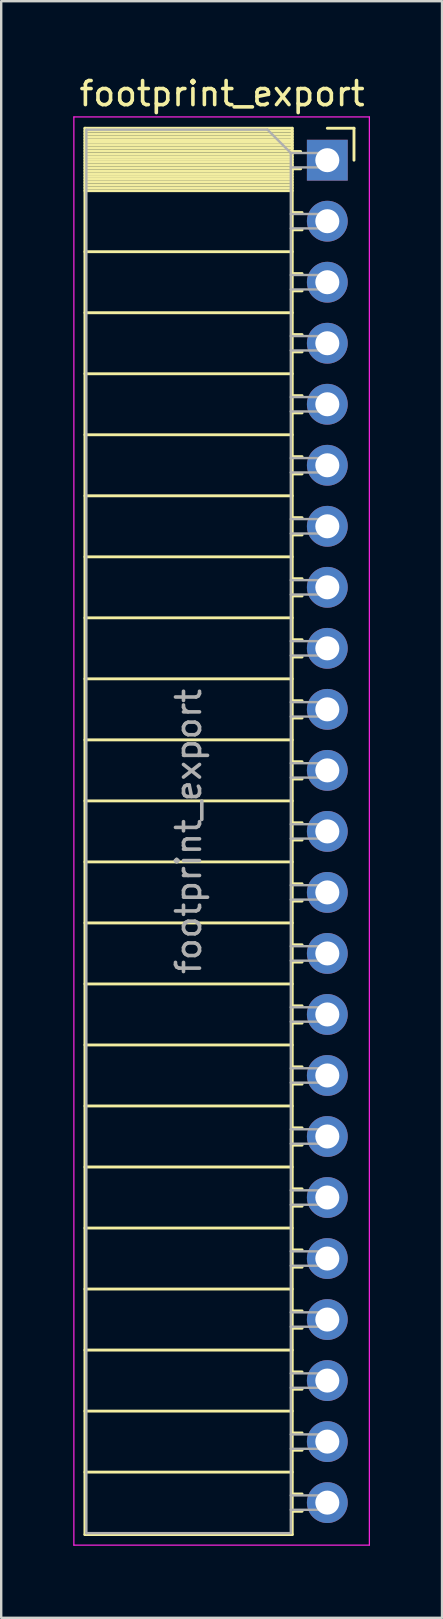
<source format=kicad_pcb>
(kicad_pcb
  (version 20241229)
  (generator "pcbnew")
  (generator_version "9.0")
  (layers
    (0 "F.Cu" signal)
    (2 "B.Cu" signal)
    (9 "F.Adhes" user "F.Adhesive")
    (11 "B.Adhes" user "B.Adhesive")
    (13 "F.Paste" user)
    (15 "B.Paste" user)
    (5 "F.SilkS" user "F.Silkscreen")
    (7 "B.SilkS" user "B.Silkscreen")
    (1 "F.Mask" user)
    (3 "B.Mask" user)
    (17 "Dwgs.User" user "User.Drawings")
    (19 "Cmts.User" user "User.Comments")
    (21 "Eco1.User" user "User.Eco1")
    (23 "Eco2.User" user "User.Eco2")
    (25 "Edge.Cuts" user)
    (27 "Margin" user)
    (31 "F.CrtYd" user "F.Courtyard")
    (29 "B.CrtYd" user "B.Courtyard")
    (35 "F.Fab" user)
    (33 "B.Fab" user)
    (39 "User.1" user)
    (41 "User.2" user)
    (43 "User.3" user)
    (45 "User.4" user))
  (footprint "footprint_export"
    (layer "F.Cu")
    (at 10.575 3.618)
    (property "Reference" "footprint_export" (at -4.38 -2.77 0) (layer "F.SilkS") (effects (font (size 1 1) (thickness 0.15))))
    (attr through_hole)
    (fp_line (start -10.09 -1.33) (end -10.09 57.21) (stroke (width 0.12) (type solid)) (layer "F.SilkS"))
    (fp_line (start -10.09 -1.33) (end -1.46 -1.33) (stroke (width 0.12) (type solid)) (layer "F.SilkS"))
    (fp_line (start -10.09 -1.21) (end -1.46 -1.21) (stroke (width 0.12) (type solid)) (layer "F.SilkS"))
    (fp_line (start -10.09 -1.092) (end -1.46 -1.092) (stroke (width 0.12) (type solid)) (layer "F.SilkS"))
    (fp_line (start -10.09 -0.974) (end -1.46 -0.974) (stroke (width 0.12) (type solid)) (layer "F.SilkS"))
    (fp_line (start -10.09 -0.856) (end -1.46 -0.856) (stroke (width 0.12) (type solid)) (layer "F.SilkS"))
    (fp_line (start -10.09 -0.738) (end -1.46 -0.738) (stroke (width 0.12) (type solid)) (layer "F.SilkS"))
    (fp_line (start -10.09 -0.62) (end -1.46 -0.62) (stroke (width 0.12) (type solid)) (layer "F.SilkS"))
    (fp_line (start -10.09 -0.501) (end -1.46 -0.501) (stroke (width 0.12) (type solid)) (layer "F.SilkS"))
    (fp_line (start -10.09 -0.383) (end -1.46 -0.383) (stroke (width 0.12) (type solid)) (layer "F.SilkS"))
    (fp_line (start -10.09 -0.265) (end -1.46 -0.265) (stroke (width 0.12) (type solid)) (layer "F.SilkS"))
    (fp_line (start -10.09 -0.147) (end -1.46 -0.147) (stroke (width 0.12) (type solid)) (layer "F.SilkS"))
    (fp_line (start -10.09 -0.029) (end -1.46 -0.029) (stroke (width 0.12) (type solid)) (layer "F.SilkS"))
    (fp_line (start -10.09 0.089) (end -1.46 0.089) (stroke (width 0.12) (type solid)) (layer "F.SilkS"))
    (fp_line (start -10.09 0.207) (end -1.46 0.207) (stroke (width 0.12) (type solid)) (layer "F.SilkS"))
    (fp_line (start -10.09 0.325) (end -1.46 0.325) (stroke (width 0.12) (type solid)) (layer "F.SilkS"))
    (fp_line (start -10.09 0.443) (end -1.46 0.443) (stroke (width 0.12) (type solid)) (layer "F.SilkS"))
    (fp_line (start -10.09 0.561) (end -1.46 0.561) (stroke (width 0.12) (type solid)) (layer "F.SilkS"))
    (fp_line (start -10.09 0.68) (end -1.46 0.68) (stroke (width 0.12) (type solid)) (layer "F.SilkS"))
    (fp_line (start -10.09 0.798) (end -1.46 0.798) (stroke (width 0.12) (type solid)) (layer "F.SilkS"))
    (fp_line (start -10.09 0.916) (end -1.46 0.916) (stroke (width 0.12) (type solid)) (layer "F.SilkS"))
    (fp_line (start -10.09 1.034) (end -1.46 1.034) (stroke (width 0.12) (type solid)) (layer "F.SilkS"))
    (fp_line (start -10.09 1.152) (end -1.46 1.152) (stroke (width 0.12) (type solid)) (layer "F.SilkS"))
    (fp_line (start -10.09 1.27) (end -1.46 1.27) (stroke (width 0.12) (type solid)) (layer "F.SilkS"))
    (fp_line (start -10.09 3.81) (end -1.46 3.81) (stroke (width 0.12) (type solid)) (layer "F.SilkS"))
    (fp_line (start -10.09 6.35) (end -1.46 6.35) (stroke (width 0.12) (type solid)) (layer "F.SilkS"))
    (fp_line (start -10.09 8.89) (end -1.46 8.89) (stroke (width 0.12) (type solid)) (layer "F.SilkS"))
    (fp_line (start -10.09 11.43) (end -1.46 11.43) (stroke (width 0.12) (type solid)) (layer "F.SilkS"))
    (fp_line (start -10.09 13.97) (end -1.46 13.97) (stroke (width 0.12) (type solid)) (layer "F.SilkS"))
    (fp_line (start -10.09 16.51) (end -1.46 16.51) (stroke (width 0.12) (type solid)) (layer "F.SilkS"))
    (fp_line (start -10.09 19.05) (end -1.46 19.05) (stroke (width 0.12) (type solid)) (layer "F.SilkS"))
    (fp_line (start -10.09 21.59) (end -1.46 21.59) (stroke (width 0.12) (type solid)) (layer "F.SilkS"))
    (fp_line (start -10.09 24.13) (end -1.46 24.13) (stroke (width 0.12) (type solid)) (layer "F.SilkS"))
    (fp_line (start -10.09 26.67) (end -1.46 26.67) (stroke (width 0.12) (type solid)) (layer "F.SilkS"))
    (fp_line (start -10.09 29.21) (end -1.46 29.21) (stroke (width 0.12) (type solid)) (layer "F.SilkS"))
    (fp_line (start -10.09 31.75) (end -1.46 31.75) (stroke (width 0.12) (type solid)) (layer "F.SilkS"))
    (fp_line (start -10.09 34.29) (end -1.46 34.29) (stroke (width 0.12) (type solid)) (layer "F.SilkS"))
    (fp_line (start -10.09 36.83) (end -1.46 36.83) (stroke (width 0.12) (type solid)) (layer "F.SilkS"))
    (fp_line (start -10.09 39.37) (end -1.46 39.37) (stroke (width 0.12) (type solid)) (layer "F.SilkS"))
    (fp_line (start -10.09 41.91) (end -1.46 41.91) (stroke (width 0.12) (type solid)) (layer "F.SilkS"))
    (fp_line (start -10.09 44.45) (end -1.46 44.45) (stroke (width 0.12) (type solid)) (layer "F.SilkS"))
    (fp_line (start -10.09 46.99) (end -1.46 46.99) (stroke (width 0.12) (type solid)) (layer "F.SilkS"))
    (fp_line (start -10.09 49.53) (end -1.46 49.53) (stroke (width 0.12) (type solid)) (layer "F.SilkS"))
    (fp_line (start -10.09 52.07) (end -1.46 52.07) (stroke (width 0.12) (type solid)) (layer "F.SilkS"))
    (fp_line (start -10.09 54.61) (end -1.46 54.61) (stroke (width 0.12) (type solid)) (layer "F.SilkS"))
    (fp_line (start -10.09 57.21) (end -1.46 57.21) (stroke (width 0.12) (type solid)) (layer "F.SilkS"))
    (fp_line (start -1.46 -1.33) (end -1.46 57.21) (stroke (width 0.12) (type solid)) (layer "F.SilkS"))
    (fp_line (start -1.46 -0.36) (end -1.11 -0.36) (stroke (width 0.12) (type solid)) (layer "F.SilkS"))
    (fp_line (start -1.46 0.36) (end -1.11 0.36) (stroke (width 0.12) (type solid)) (layer "F.SilkS"))
    (fp_line (start -1.46 2.18) (end -1.05 2.18) (stroke (width 0.12) (type solid)) (layer "F.SilkS"))
    (fp_line (start -1.46 2.9) (end -1.05 2.9) (stroke (width 0.12) (type solid)) (layer "F.SilkS"))
    (fp_line (start -1.46 4.72) (end -1.05 4.72) (stroke (width 0.12) (type solid)) (layer "F.SilkS"))
    (fp_line (start -1.46 5.44) (end -1.05 5.44) (stroke (width 0.12) (type solid)) (layer "F.SilkS"))
    (fp_line (start -1.46 7.26) (end -1.05 7.26) (stroke (width 0.12) (type solid)) (layer "F.SilkS"))
    (fp_line (start -1.46 7.98) (end -1.05 7.98) (stroke (width 0.12) (type solid)) (layer "F.SilkS"))
    (fp_line (start -1.46 9.8) (end -1.05 9.8) (stroke (width 0.12) (type solid)) (layer "F.SilkS"))
    (fp_line (start -1.46 10.52) (end -1.05 10.52) (stroke (width 0.12) (type solid)) (layer "F.SilkS"))
    (fp_line (start -1.46 12.34) (end -1.05 12.34) (stroke (width 0.12) (type solid)) (layer "F.SilkS"))
    (fp_line (start -1.46 13.06) (end -1.05 13.06) (stroke (width 0.12) (type solid)) (layer "F.SilkS"))
    (fp_line (start -1.46 14.88) (end -1.05 14.88) (stroke (width 0.12) (type solid)) (layer "F.SilkS"))
    (fp_line (start -1.46 15.6) (end -1.05 15.6) (stroke (width 0.12) (type solid)) (layer "F.SilkS"))
    (fp_line (start -1.46 17.42) (end -1.05 17.42) (stroke (width 0.12) (type solid)) (layer "F.SilkS"))
    (fp_line (start -1.46 18.14) (end -1.05 18.14) (stroke (width 0.12) (type solid)) (layer "F.SilkS"))
    (fp_line (start -1.46 19.96) (end -1.05 19.96) (stroke (width 0.12) (type solid)) (layer "F.SilkS"))
    (fp_line (start -1.46 20.68) (end -1.05 20.68) (stroke (width 0.12) (type solid)) (layer "F.SilkS"))
    (fp_line (start -1.46 22.5) (end -1.05 22.5) (stroke (width 0.12) (type solid)) (layer "F.SilkS"))
    (fp_line (start -1.46 23.22) (end -1.05 23.22) (stroke (width 0.12) (type solid)) (layer "F.SilkS"))
    (fp_line (start -1.46 25.04) (end -1.05 25.04) (stroke (width 0.12) (type solid)) (layer "F.SilkS"))
    (fp_line (start -1.46 25.76) (end -1.05 25.76) (stroke (width 0.12) (type solid)) (layer "F.SilkS"))
    (fp_line (start -1.46 27.58) (end -1.05 27.58) (stroke (width 0.12) (type solid)) (layer "F.SilkS"))
    (fp_line (start -1.46 28.3) (end -1.05 28.3) (stroke (width 0.12) (type solid)) (layer "F.SilkS"))
    (fp_line (start -1.46 30.12) (end -1.05 30.12) (stroke (width 0.12) (type solid)) (layer "F.SilkS"))
    (fp_line (start -1.46 30.84) (end -1.05 30.84) (stroke (width 0.12) (type solid)) (layer "F.SilkS"))
    (fp_line (start -1.46 32.66) (end -1.05 32.66) (stroke (width 0.12) (type solid)) (layer "F.SilkS"))
    (fp_line (start -1.46 33.38) (end -1.05 33.38) (stroke (width 0.12) (type solid)) (layer "F.SilkS"))
    (fp_line (start -1.46 35.2) (end -1.05 35.2) (stroke (width 0.12) (type solid)) (layer "F.SilkS"))
    (fp_line (start -1.46 35.92) (end -1.05 35.92) (stroke (width 0.12) (type solid)) (layer "F.SilkS"))
    (fp_line (start -1.46 37.74) (end -1.05 37.74) (stroke (width 0.12) (type solid)) (layer "F.SilkS"))
    (fp_line (start -1.46 38.46) (end -1.05 38.46) (stroke (width 0.12) (type solid)) (layer "F.SilkS"))
    (fp_line (start -1.46 40.28) (end -1.05 40.28) (stroke (width 0.12) (type solid)) (layer "F.SilkS"))
    (fp_line (start -1.46 41) (end -1.05 41) (stroke (width 0.12) (type solid)) (layer "F.SilkS"))
    (fp_line (start -1.46 42.82) (end -1.05 42.82) (stroke (width 0.12) (type solid)) (layer "F.SilkS"))
    (fp_line (start -1.46 43.54) (end -1.05 43.54) (stroke (width 0.12) (type solid)) (layer "F.SilkS"))
    (fp_line (start -1.46 45.36) (end -1.05 45.36) (stroke (width 0.12) (type solid)) (layer "F.SilkS"))
    (fp_line (start -1.46 46.08) (end -1.05 46.08) (stroke (width 0.12) (type solid)) (layer "F.SilkS"))
    (fp_line (start -1.46 47.9) (end -1.05 47.9) (stroke (width 0.12) (type solid)) (layer "F.SilkS"))
    (fp_line (start -1.46 48.62) (end -1.05 48.62) (stroke (width 0.12) (type solid)) (layer "F.SilkS"))
    (fp_line (start -1.46 50.44) (end -1.05 50.44) (stroke (width 0.12) (type solid)) (layer "F.SilkS"))
    (fp_line (start -1.46 51.16) (end -1.05 51.16) (stroke (width 0.12) (type solid)) (layer "F.SilkS"))
    (fp_line (start -1.46 52.98) (end -1.05 52.98) (stroke (width 0.12) (type solid)) (layer "F.SilkS"))
    (fp_line (start -1.46 53.7) (end -1.05 53.7) (stroke (width 0.12) (type solid)) (layer "F.SilkS"))
    (fp_line (start -1.46 55.52) (end -1.05 55.52) (stroke (width 0.12) (type solid)) (layer "F.SilkS"))
    (fp_line (start -1.46 56.24) (end -1.05 56.24) (stroke (width 0.12) (type solid)) (layer "F.SilkS"))
    (fp_line (start 0 -1.33) (end 1.11 -1.33) (stroke (width 0.12) (type solid)) (layer "F.SilkS"))
    (fp_line (start 1.11 -1.33) (end 1.11 0) (stroke (width 0.12) (type solid)) (layer "F.SilkS"))
    (fp_line (start -10.55 -1.8) (end -10.55 57.65) (stroke (width 0.05) (type solid)) (layer "F.CrtYd"))
    (fp_line (start -10.55 57.65) (end 1.75 57.65) (stroke (width 0.05) (type solid)) (layer "F.CrtYd"))
    (fp_line (start 1.75 -1.8) (end -10.55 -1.8) (stroke (width 0.05) (type solid)) (layer "F.CrtYd"))
    (fp_line (start 1.75 57.65) (end 1.75 -1.8) (stroke (width 0.05) (type solid)) (layer "F.CrtYd"))
    (fp_line (start -10.03 -1.27) (end -2.49 -1.27) (stroke (width 0.1) (type solid)) (layer "F.Fab"))
    (fp_line (start -10.03 57.15) (end -10.03 -1.27) (stroke (width 0.1) (type solid)) (layer "F.Fab"))
    (fp_line (start -2.49 -1.27) (end -1.52 -0.3) (stroke (width 0.1) (type solid)) (layer "F.Fab"))
    (fp_line (start -1.52 -0.3) (end -1.52 57.15) (stroke (width 0.1) (type solid)) (layer "F.Fab"))
    (fp_line (start -1.52 0.3) (end 0 0.3) (stroke (width 0.1) (type solid)) (layer "F.Fab"))
    (fp_line (start -1.52 2.84) (end 0 2.84) (stroke (width 0.1) (type solid)) (layer "F.Fab"))
    (fp_line (start -1.52 5.38) (end 0 5.38) (stroke (width 0.1) (type solid)) (layer "F.Fab"))
    (fp_line (start -1.52 7.92) (end 0 7.92) (stroke (width 0.1) (type solid)) (layer "F.Fab"))
    (fp_line (start -1.52 10.46) (end 0 10.46) (stroke (width 0.1) (type solid)) (layer "F.Fab"))
    (fp_line (start -1.52 13) (end 0 13) (stroke (width 0.1) (type solid)) (layer "F.Fab"))
    (fp_line (start -1.52 15.54) (end 0 15.54) (stroke (width 0.1) (type solid)) (layer "F.Fab"))
    (fp_line (start -1.52 18.08) (end 0 18.08) (stroke (width 0.1) (type solid)) (layer "F.Fab"))
    (fp_line (start -1.52 20.62) (end 0 20.62) (stroke (width 0.1) (type solid)) (layer "F.Fab"))
    (fp_line (start -1.52 23.16) (end 0 23.16) (stroke (width 0.1) (type solid)) (layer "F.Fab"))
    (fp_line (start -1.52 25.7) (end 0 25.7) (stroke (width 0.1) (type solid)) (layer "F.Fab"))
    (fp_line (start -1.52 28.24) (end 0 28.24) (stroke (width 0.1) (type solid)) (layer "F.Fab"))
    (fp_line (start -1.52 30.78) (end 0 30.78) (stroke (width 0.1) (type solid)) (layer "F.Fab"))
    (fp_line (start -1.52 33.32) (end 0 33.32) (stroke (width 0.1) (type solid)) (layer "F.Fab"))
    (fp_line (start -1.52 35.86) (end 0 35.86) (stroke (width 0.1) (type solid)) (layer "F.Fab"))
    (fp_line (start -1.52 38.4) (end 0 38.4) (stroke (width 0.1) (type solid)) (layer "F.Fab"))
    (fp_line (start -1.52 40.94) (end 0 40.94) (stroke (width 0.1) (type solid)) (layer "F.Fab"))
    (fp_line (start -1.52 43.48) (end 0 43.48) (stroke (width 0.1) (type solid)) (layer "F.Fab"))
    (fp_line (start -1.52 46.02) (end 0 46.02) (stroke (width 0.1) (type solid)) (layer "F.Fab"))
    (fp_line (start -1.52 48.56) (end 0 48.56) (stroke (width 0.1) (type solid)) (layer "F.Fab"))
    (fp_line (start -1.52 51.1) (end 0 51.1) (stroke (width 0.1) (type solid)) (layer "F.Fab"))
    (fp_line (start -1.52 53.64) (end 0 53.64) (stroke (width 0.1) (type solid)) (layer "F.Fab"))
    (fp_line (start -1.52 56.18) (end 0 56.18) (stroke (width 0.1) (type solid)) (layer "F.Fab"))
    (fp_line (start -1.52 57.15) (end -10.03 57.15) (stroke (width 0.1) (type solid)) (layer "F.Fab"))
    (fp_line (start 0 -0.3) (end -1.52 -0.3) (stroke (width 0.1) (type solid)) (layer "F.Fab"))
    (fp_line (start 0 0.3) (end 0 -0.3) (stroke (width 0.1) (type solid)) (layer "F.Fab"))
    (fp_line (start 0 2.24) (end -1.52 2.24) (stroke (width 0.1) (type solid)) (layer "F.Fab"))
    (fp_line (start 0 2.84) (end 0 2.24) (stroke (width 0.1) (type solid)) (layer "F.Fab"))
    (fp_line (start 0 4.78) (end -1.52 4.78) (stroke (width 0.1) (type solid)) (layer "F.Fab"))
    (fp_line (start 0 5.38) (end 0 4.78) (stroke (width 0.1) (type solid)) (layer "F.Fab"))
    (fp_line (start 0 7.32) (end -1.52 7.32) (stroke (width 0.1) (type solid)) (layer "F.Fab"))
    (fp_line (start 0 7.92) (end 0 7.32) (stroke (width 0.1) (type solid)) (layer "F.Fab"))
    (fp_line (start 0 9.86) (end -1.52 9.86) (stroke (width 0.1) (type solid)) (layer "F.Fab"))
    (fp_line (start 0 10.46) (end 0 9.86) (stroke (width 0.1) (type solid)) (layer "F.Fab"))
    (fp_line (start 0 12.4) (end -1.52 12.4) (stroke (width 0.1) (type solid)) (layer "F.Fab"))
    (fp_line (start 0 13) (end 0 12.4) (stroke (width 0.1) (type solid)) (layer "F.Fab"))
    (fp_line (start 0 14.94) (end -1.52 14.94) (stroke (width 0.1) (type solid)) (layer "F.Fab"))
    (fp_line (start 0 15.54) (end 0 14.94) (stroke (width 0.1) (type solid)) (layer "F.Fab"))
    (fp_line (start 0 17.48) (end -1.52 17.48) (stroke (width 0.1) (type solid)) (layer "F.Fab"))
    (fp_line (start 0 18.08) (end 0 17.48) (stroke (width 0.1) (type solid)) (layer "F.Fab"))
    (fp_line (start 0 20.02) (end -1.52 20.02) (stroke (width 0.1) (type solid)) (layer "F.Fab"))
    (fp_line (start 0 20.62) (end 0 20.02) (stroke (width 0.1) (type solid)) (layer "F.Fab"))
    (fp_line (start 0 22.56) (end -1.52 22.56) (stroke (width 0.1) (type solid)) (layer "F.Fab"))
    (fp_line (start 0 23.16) (end 0 22.56) (stroke (width 0.1) (type solid)) (layer "F.Fab"))
    (fp_line (start 0 25.1) (end -1.52 25.1) (stroke (width 0.1) (type solid)) (layer "F.Fab"))
    (fp_line (start 0 25.7) (end 0 25.1) (stroke (width 0.1) (type solid)) (layer "F.Fab"))
    (fp_line (start 0 27.64) (end -1.52 27.64) (stroke (width 0.1) (type solid)) (layer "F.Fab"))
    (fp_line (start 0 28.24) (end 0 27.64) (stroke (width 0.1) (type solid)) (layer "F.Fab"))
    (fp_line (start 0 30.18) (end -1.52 30.18) (stroke (width 0.1) (type solid)) (layer "F.Fab"))
    (fp_line (start 0 30.78) (end 0 30.18) (stroke (width 0.1) (type solid)) (layer "F.Fab"))
    (fp_line (start 0 32.72) (end -1.52 32.72) (stroke (width 0.1) (type solid)) (layer "F.Fab"))
    (fp_line (start 0 33.32) (end 0 32.72) (stroke (width 0.1) (type solid)) (layer "F.Fab"))
    (fp_line (start 0 35.26) (end -1.52 35.26) (stroke (width 0.1) (type solid)) (layer "F.Fab"))
    (fp_line (start 0 35.86) (end 0 35.26) (stroke (width 0.1) (type solid)) (layer "F.Fab"))
    (fp_line (start 0 37.8) (end -1.52 37.8) (stroke (width 0.1) (type solid)) (layer "F.Fab"))
    (fp_line (start 0 38.4) (end 0 37.8) (stroke (width 0.1) (type solid)) (layer "F.Fab"))
    (fp_line (start 0 40.34) (end -1.52 40.34) (stroke (width 0.1) (type solid)) (layer "F.Fab"))
    (fp_line (start 0 40.94) (end 0 40.34) (stroke (width 0.1) (type solid)) (layer "F.Fab"))
    (fp_line (start 0 42.88) (end -1.52 42.88) (stroke (width 0.1) (type solid)) (layer "F.Fab"))
    (fp_line (start 0 43.48) (end 0 42.88) (stroke (width 0.1) (type solid)) (layer "F.Fab"))
    (fp_line (start 0 45.42) (end -1.52 45.42) (stroke (width 0.1) (type solid)) (layer "F.Fab"))
    (fp_line (start 0 46.02) (end 0 45.42) (stroke (width 0.1) (type solid)) (layer "F.Fab"))
    (fp_line (start 0 47.96) (end -1.52 47.96) (stroke (width 0.1) (type solid)) (layer "F.Fab"))
    (fp_line (start 0 48.56) (end 0 47.96) (stroke (width 0.1) (type solid)) (layer "F.Fab"))
    (fp_line (start 0 50.5) (end -1.52 50.5) (stroke (width 0.1) (type solid)) (layer "F.Fab"))
    (fp_line (start 0 51.1) (end 0 50.5) (stroke (width 0.1) (type solid)) (layer "F.Fab"))
    (fp_line (start 0 53.04) (end -1.52 53.04) (stroke (width 0.1) (type solid)) (layer "F.Fab"))
    (fp_line (start 0 53.64) (end 0 53.04) (stroke (width 0.1) (type solid)) (layer "F.Fab"))
    (fp_line (start 0 55.58) (end -1.52 55.58) (stroke (width 0.1) (type solid)) (layer "F.Fab"))
    (fp_line (start 0 56.18) (end 0 55.58) (stroke (width 0.1) (type solid)) (layer "F.Fab"))
    (fp_text user "${REFERENCE}" (at -5.775 27.94 90) (layer "F.Fab") (effects (font (size 1 1) (thickness 0.15))))
    (pad "1" thru_hole rect (at 0 0) (size 1.7 1.7) (drill 1) (layers "*.Cu" "*.Mask"))
    (pad "2" thru_hole oval (at 0 2.54) (size 1.7 1.7) (drill 1) (layers "*.Cu" "*.Mask"))
    (pad "3" thru_hole oval (at 0 5.08) (size 1.7 1.7) (drill 1) (layers "*.Cu" "*.Mask"))
    (pad "4" thru_hole oval (at 0 7.62) (size 1.7 1.7) (drill 1) (layers "*.Cu" "*.Mask"))
    (pad "5" thru_hole oval (at 0 10.16) (size 1.7 1.7) (drill 1) (layers "*.Cu" "*.Mask"))
    (pad "6" thru_hole oval (at 0 12.7) (size 1.7 1.7) (drill 1) (layers "*.Cu" "*.Mask"))
    (pad "7" thru_hole oval (at 0 15.24) (size 1.7 1.7) (drill 1) (layers "*.Cu" "*.Mask"))
    (pad "8" thru_hole oval (at 0 17.78) (size 1.7 1.7) (drill 1) (layers "*.Cu" "*.Mask"))
    (pad "9" thru_hole oval (at 0 20.32) (size 1.7 1.7) (drill 1) (layers "*.Cu" "*.Mask"))
    (pad "10" thru_hole oval (at 0 22.86) (size 1.7 1.7) (drill 1) (layers "*.Cu" "*.Mask"))
    (pad "11" thru_hole oval (at 0 25.4) (size 1.7 1.7) (drill 1) (layers "*.Cu" "*.Mask"))
    (pad "12" thru_hole oval (at 0 27.94) (size 1.7 1.7) (drill 1) (layers "*.Cu" "*.Mask"))
    (pad "13" thru_hole oval (at 0 30.48) (size 1.7 1.7) (drill 1) (layers "*.Cu" "*.Mask"))
    (pad "14" thru_hole oval (at 0 33.02) (size 1.7 1.7) (drill 1) (layers "*.Cu" "*.Mask"))
    (pad "15" thru_hole oval (at 0 35.56) (size 1.7 1.7) (drill 1) (layers "*.Cu" "*.Mask"))
    (pad "16" thru_hole oval (at 0 38.1) (size 1.7 1.7) (drill 1) (layers "*.Cu" "*.Mask"))
    (pad "17" thru_hole oval (at 0 40.64) (size 1.7 1.7) (drill 1) (layers "*.Cu" "*.Mask"))
    (pad "18" thru_hole oval (at 0 43.18) (size 1.7 1.7) (drill 1) (layers "*.Cu" "*.Mask"))
    (pad "19" thru_hole oval (at 0 45.72) (size 1.7 1.7) (drill 1) (layers "*.Cu" "*.Mask"))
    (pad "20" thru_hole oval (at 0 48.26) (size 1.7 1.7) (drill 1) (layers "*.Cu" "*.Mask"))
    (pad "21" thru_hole oval (at 0 50.8) (size 1.7 1.7) (drill 1) (layers "*.Cu" "*.Mask"))
    (pad "22" thru_hole oval (at 0 53.34) (size 1.7 1.7) (drill 1) (layers "*.Cu" "*.Mask"))
    (pad "23" thru_hole oval (at 0 55.88) (size 1.7 1.7) (drill 1) (layers "*.Cu" "*.Mask")))
  (gr_rect
    (start -3 -3)
    (end 15.35 64.293)
    (stroke (width 0.1) (type default))
    (fill no)
    (layer "Edge.Cuts")))
</source>
